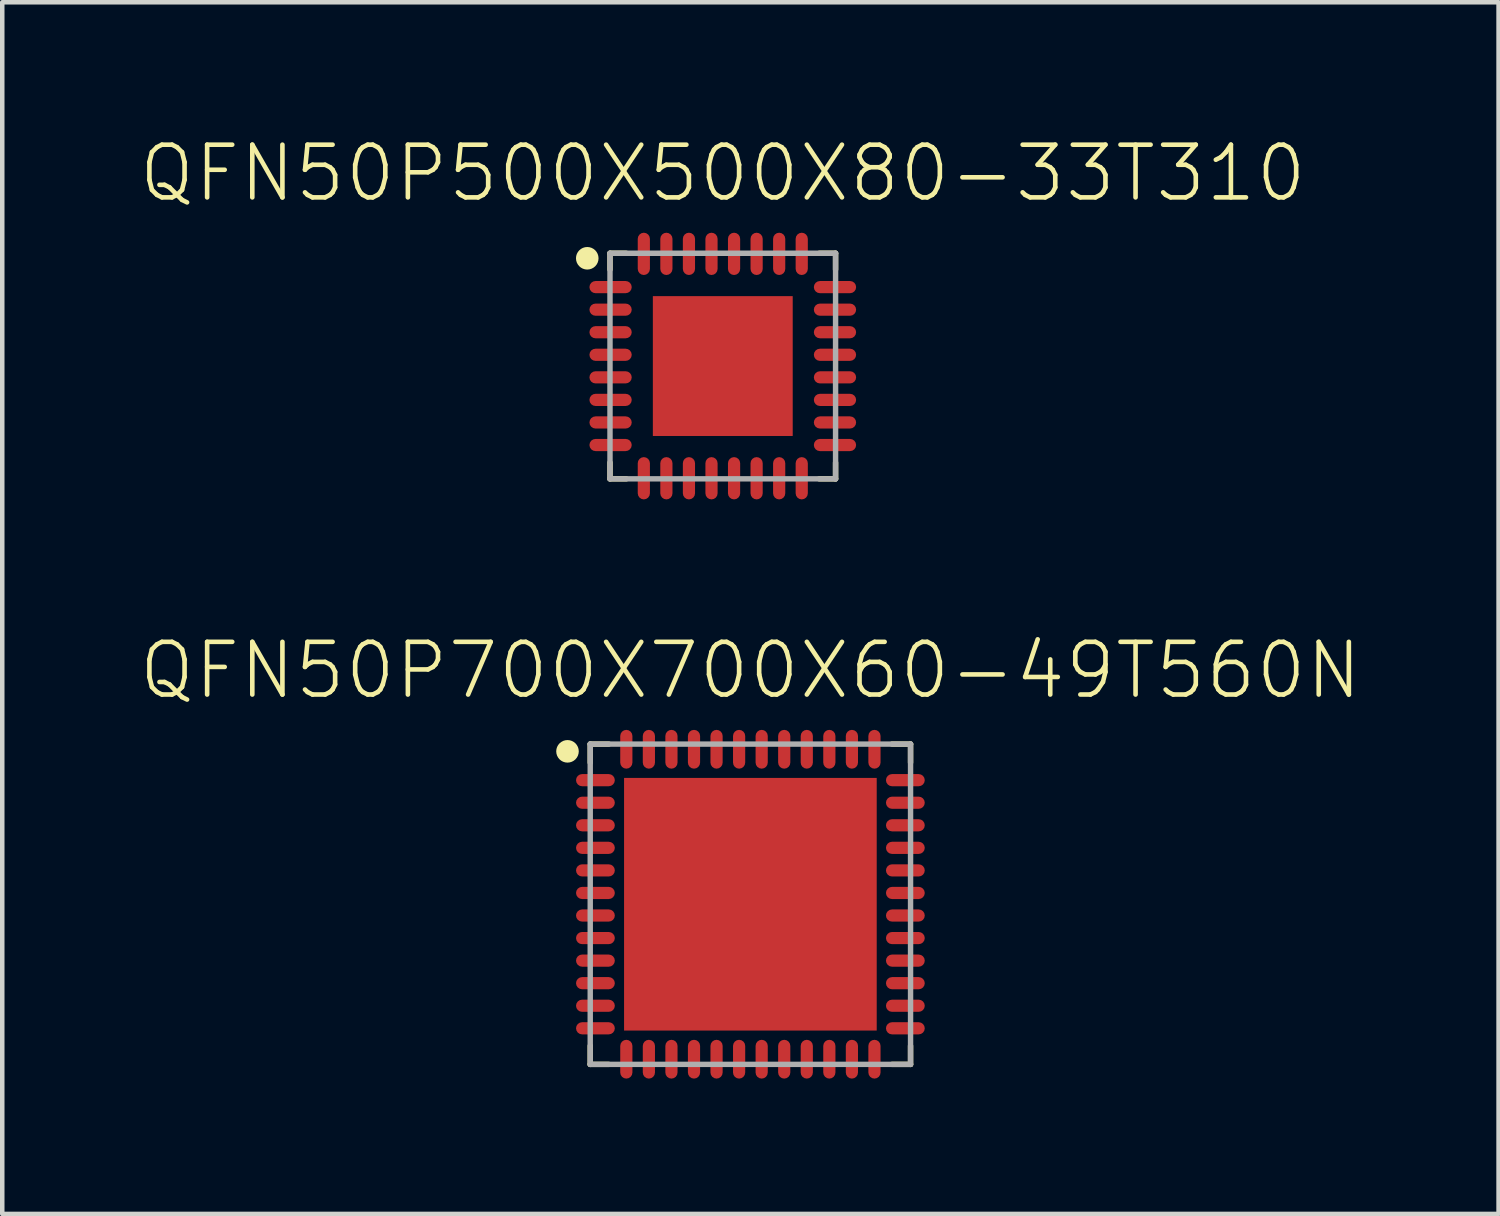
<source format=kicad_pcb>
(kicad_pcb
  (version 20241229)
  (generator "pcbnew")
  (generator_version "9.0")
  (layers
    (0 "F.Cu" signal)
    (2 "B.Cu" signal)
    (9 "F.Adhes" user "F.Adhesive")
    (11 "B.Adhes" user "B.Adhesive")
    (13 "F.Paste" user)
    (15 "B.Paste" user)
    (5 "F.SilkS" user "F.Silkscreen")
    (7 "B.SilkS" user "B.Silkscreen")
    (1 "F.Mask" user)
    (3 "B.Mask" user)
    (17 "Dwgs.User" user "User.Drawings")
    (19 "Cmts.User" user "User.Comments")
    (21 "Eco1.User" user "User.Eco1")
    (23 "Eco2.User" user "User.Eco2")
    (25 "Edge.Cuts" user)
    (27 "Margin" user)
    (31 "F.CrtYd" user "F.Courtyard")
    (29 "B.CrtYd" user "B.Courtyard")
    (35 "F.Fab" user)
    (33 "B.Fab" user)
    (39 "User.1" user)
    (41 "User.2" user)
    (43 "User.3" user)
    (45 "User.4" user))
  (footprint "QFN50P500X500X80-33T310"
    (layer "F.Cu")
    (at 12.971 5.064)
    (property "Reference" "QFN50P500X500X80-33T310" (at 0 -3.591 0) (layer "F.SilkS") (effects (font (size 1.168 1.168) (thickness 0.102)) (justify bottom)))
    (fp_line (start -2.5 -2.5) (end -2.139 -2.5) (stroke (width 0.12) (type solid)) (layer "F.SilkS"))
    (fp_line (start -2.5 -2.139) (end -2.5 -2.5) (stroke (width 0.12) (type solid)) (layer "F.SilkS"))
    (fp_line (start -2.5 2.139) (end -2.5 2.5) (stroke (width 0.12) (type solid)) (layer "F.SilkS"))
    (fp_line (start -2.5 2.5) (end -2.139 2.5) (stroke (width 0.12) (type solid)) (layer "F.SilkS"))
    (fp_line (start 2.5 -2.5) (end 2.139 -2.5) (stroke (width 0.12) (type solid)) (layer "F.SilkS"))
    (fp_line (start 2.5 -2.139) (end 2.5 -2.5) (stroke (width 0.12) (type solid)) (layer "F.SilkS"))
    (fp_line (start 2.5 2.139) (end 2.5 2.5) (stroke (width 0.12) (type solid)) (layer "F.SilkS"))
    (fp_line (start 2.5 2.5) (end 2.139 2.5) (stroke (width 0.12) (type solid)) (layer "F.SilkS"))
    (fp_circle (center -3.004 -2.389) (end -2.879 -2.389) (stroke (width 0.25) (type solid)) (fill no) (layer "F.SilkS"))
    (fp_line (start -2.5 -2.5) (end 2.5 -2.5) (stroke (width 0.12) (type solid)) (layer "F.Fab"))
    (fp_line (start -2.5 2.5) (end -2.5 -2.5) (stroke (width 0.12) (type solid)) (layer "F.Fab"))
    (fp_line (start 2.5 -2.5) (end 2.5 2.5) (stroke (width 0.12) (type solid)) (layer "F.Fab"))
    (fp_line (start 2.5 2.5) (end -2.5 2.5) (stroke (width 0.12) (type solid)) (layer "F.Fab"))
    (pad "1" smd roundrect (at -2.487 -1.75) (size 0.937 0.27) (layers "F.Cu" "F.Mask" "F.Paste") (roundrect_rratio 0.5))
    (pad "2" smd roundrect (at -2.487 -1.25) (size 0.937 0.27) (layers "F.Cu" "F.Mask" "F.Paste") (roundrect_rratio 0.5))
    (pad "3" smd roundrect (at -2.487 -0.75) (size 0.937 0.27) (layers "F.Cu" "F.Mask" "F.Paste") (roundrect_rratio 0.5))
    (pad "4" smd roundrect (at -2.487 -0.25) (size 0.937 0.27) (layers "F.Cu" "F.Mask" "F.Paste") (roundrect_rratio 0.5))
    (pad "5" smd roundrect (at -2.487 0.25) (size 0.937 0.27) (layers "F.Cu" "F.Mask" "F.Paste") (roundrect_rratio 0.5))
    (pad "6" smd roundrect (at -2.487 0.75) (size 0.937 0.27) (layers "F.Cu" "F.Mask" "F.Paste") (roundrect_rratio 0.5))
    (pad "7" smd roundrect (at -2.487 1.25) (size 0.937 0.27) (layers "F.Cu" "F.Mask" "F.Paste") (roundrect_rratio 0.5))
    (pad "8" smd roundrect (at -2.487 1.75) (size 0.937 0.27) (layers "F.Cu" "F.Mask" "F.Paste") (roundrect_rratio 0.5))
    (pad "9" smd roundrect (at -1.75 2.487 90) (size 0.937 0.27) (layers "F.Cu" "F.Mask" "F.Paste") (roundrect_rratio 0.5))
    (pad "10" smd roundrect (at -1.25 2.487 90) (size 0.937 0.27) (layers "F.Cu" "F.Mask" "F.Paste") (roundrect_rratio 0.5))
    (pad "11" smd roundrect (at -0.75 2.487 90) (size 0.937 0.27) (layers "F.Cu" "F.Mask" "F.Paste") (roundrect_rratio 0.5))
    (pad "12" smd roundrect (at -0.25 2.487 90) (size 0.937 0.27) (layers "F.Cu" "F.Mask" "F.Paste") (roundrect_rratio 0.5))
    (pad "13" smd roundrect (at 0.25 2.487 90) (size 0.937 0.27) (layers "F.Cu" "F.Mask" "F.Paste") (roundrect_rratio 0.5))
    (pad "14" smd roundrect (at 0.75 2.487 90) (size 0.937 0.27) (layers "F.Cu" "F.Mask" "F.Paste") (roundrect_rratio 0.5))
    (pad "15" smd roundrect (at 1.25 2.487 90) (size 0.937 0.27) (layers "F.Cu" "F.Mask" "F.Paste") (roundrect_rratio 0.5))
    (pad "16" smd roundrect (at 1.75 2.487 90) (size 0.937 0.27) (layers "F.Cu" "F.Mask" "F.Paste") (roundrect_rratio 0.5))
    (pad "17" smd roundrect (at 2.487 1.75) (size 0.937 0.27) (layers "F.Cu" "F.Mask" "F.Paste") (roundrect_rratio 0.5))
    (pad "18" smd roundrect (at 2.487 1.25) (size 0.937 0.27) (layers "F.Cu" "F.Mask" "F.Paste") (roundrect_rratio 0.5))
    (pad "19" smd roundrect (at 2.487 0.75) (size 0.937 0.27) (layers "F.Cu" "F.Mask" "F.Paste") (roundrect_rratio 0.5))
    (pad "20" smd roundrect (at 2.487 0.25) (size 0.937 0.27) (layers "F.Cu" "F.Mask" "F.Paste") (roundrect_rratio 0.5))
    (pad "21" smd roundrect (at 2.487 -0.25) (size 0.937 0.27) (layers "F.Cu" "F.Mask" "F.Paste") (roundrect_rratio 0.5))
    (pad "22" smd roundrect (at 2.487 -0.75) (size 0.937 0.27) (layers "F.Cu" "F.Mask" "F.Paste") (roundrect_rratio 0.5))
    (pad "23" smd roundrect (at 2.487 -1.25) (size 0.937 0.27) (layers "F.Cu" "F.Mask" "F.Paste") (roundrect_rratio 0.5))
    (pad "24" smd roundrect (at 2.487 -1.75) (size 0.937 0.27) (layers "F.Cu" "F.Mask" "F.Paste") (roundrect_rratio 0.5))
    (pad "25" smd roundrect (at 1.75 -2.487 90) (size 0.937 0.27) (layers "F.Cu" "F.Mask" "F.Paste") (roundrect_rratio 0.5))
    (pad "26" smd roundrect (at 1.25 -2.487 90) (size 0.937 0.27) (layers "F.Cu" "F.Mask" "F.Paste") (roundrect_rratio 0.5))
    (pad "27" smd roundrect (at 0.75 -2.487 90) (size 0.937 0.27) (layers "F.Cu" "F.Mask" "F.Paste") (roundrect_rratio 0.5))
    (pad "28" smd roundrect (at 0.25 -2.487 90) (size 0.937 0.27) (layers "F.Cu" "F.Mask" "F.Paste") (roundrect_rratio 0.5))
    (pad "29" smd roundrect (at -0.25 -2.487 90) (size 0.937 0.27) (layers "F.Cu" "F.Mask" "F.Paste") (roundrect_rratio 0.5))
    (pad "30" smd roundrect (at -0.75 -2.487 90) (size 0.937 0.27) (layers "F.Cu" "F.Mask" "F.Paste") (roundrect_rratio 0.5))
    (pad "31" smd roundrect (at -1.25 -2.487 90) (size 0.937 0.27) (layers "F.Cu" "F.Mask" "F.Paste") (roundrect_rratio 0.5))
    (pad "32" smd roundrect (at -1.75 -2.487 90) (size 0.937 0.27) (layers "F.Cu" "F.Mask" "F.Paste") (roundrect_rratio 0.5))
    (pad "33" smd rect (at 0 0) (size 3.1 3.1) (layers "F.Cu" "F.Mask" "F.Paste")))
  (footprint "QFN50P700X700X60-49T560N"
    (layer "F.Cu")
    (at 13.583 16.993)
    (property "Reference" "QFN50P700X700X60-49T560N" (at 0 -4.5 0) (layer "F.SilkS") (effects (font (size 1.168 1.168) (thickness 0.102)) (justify bottom)))
    (fp_line (start -3.55 -3.55) (end -3.139 -3.55) (stroke (width 0.12) (type solid)) (layer "F.SilkS"))
    (fp_line (start -3.55 -3.139) (end -3.55 -3.55) (stroke (width 0.12) (type solid)) (layer "F.SilkS"))
    (fp_line (start -3.55 3.139) (end -3.55 3.55) (stroke (width 0.12) (type solid)) (layer "F.SilkS"))
    (fp_line (start -3.55 3.55) (end -3.139 3.55) (stroke (width 0.12) (type solid)) (layer "F.SilkS"))
    (fp_line (start 3.55 -3.55) (end 3.139 -3.55) (stroke (width 0.12) (type solid)) (layer "F.SilkS"))
    (fp_line (start 3.55 -3.139) (end 3.55 -3.55) (stroke (width 0.12) (type solid)) (layer "F.SilkS"))
    (fp_line (start 3.55 3.139) (end 3.55 3.55) (stroke (width 0.12) (type solid)) (layer "F.SilkS"))
    (fp_line (start 3.55 3.55) (end 3.139 3.55) (stroke (width 0.12) (type solid)) (layer "F.SilkS"))
    (fp_circle (center -4.054 -3.389) (end -3.929 -3.389) (stroke (width 0.25) (type solid)) (fill no) (layer "F.SilkS"))
    (fp_line (start -3.55 -3.55) (end 3.55 -3.55) (stroke (width 0.12) (type solid)) (layer "F.Fab"))
    (fp_line (start -3.55 3.55) (end -3.55 -3.55) (stroke (width 0.12) (type solid)) (layer "F.Fab"))
    (fp_line (start 3.55 -3.55) (end 3.55 3.55) (stroke (width 0.12) (type solid)) (layer "F.Fab"))
    (fp_line (start 3.55 3.55) (end -3.55 3.55) (stroke (width 0.12) (type solid)) (layer "F.Fab"))
    (pad "1" smd roundrect (at -3.435 -2.75) (size 0.86 0.27) (layers "F.Cu" "F.Mask" "F.Paste") (roundrect_rratio 0.5))
    (pad "2" smd roundrect (at -3.435 -2.25) (size 0.86 0.27) (layers "F.Cu" "F.Mask" "F.Paste") (roundrect_rratio 0.5))
    (pad "3" smd roundrect (at -3.435 -1.75) (size 0.86 0.27) (layers "F.Cu" "F.Mask" "F.Paste") (roundrect_rratio 0.5))
    (pad "4" smd roundrect (at -3.435 -1.25) (size 0.86 0.27) (layers "F.Cu" "F.Mask" "F.Paste") (roundrect_rratio 0.5))
    (pad "5" smd roundrect (at -3.435 -0.75) (size 0.86 0.27) (layers "F.Cu" "F.Mask" "F.Paste") (roundrect_rratio 0.5))
    (pad "6" smd roundrect (at -3.435 -0.25) (size 0.86 0.27) (layers "F.Cu" "F.Mask" "F.Paste") (roundrect_rratio 0.5))
    (pad "7" smd roundrect (at -3.435 0.25) (size 0.86 0.27) (layers "F.Cu" "F.Mask" "F.Paste") (roundrect_rratio 0.5))
    (pad "8" smd roundrect (at -3.435 0.75) (size 0.86 0.27) (layers "F.Cu" "F.Mask" "F.Paste") (roundrect_rratio 0.5))
    (pad "9" smd roundrect (at -3.435 1.25) (size 0.86 0.27) (layers "F.Cu" "F.Mask" "F.Paste") (roundrect_rratio 0.5))
    (pad "10" smd roundrect (at -3.435 1.75) (size 0.86 0.27) (layers "F.Cu" "F.Mask" "F.Paste") (roundrect_rratio 0.5))
    (pad "11" smd roundrect (at -3.435 2.25) (size 0.86 0.27) (layers "F.Cu" "F.Mask" "F.Paste") (roundrect_rratio 0.5))
    (pad "12" smd roundrect (at -3.435 2.75) (size 0.86 0.27) (layers "F.Cu" "F.Mask" "F.Paste") (roundrect_rratio 0.5))
    (pad "13" smd roundrect (at -2.75 3.435 90) (size 0.86 0.27) (layers "F.Cu" "F.Mask" "F.Paste") (roundrect_rratio 0.5))
    (pad "14" smd roundrect (at -2.25 3.435 90) (size 0.86 0.27) (layers "F.Cu" "F.Mask" "F.Paste") (roundrect_rratio 0.5))
    (pad "15" smd roundrect (at -1.75 3.435 90) (size 0.86 0.27) (layers "F.Cu" "F.Mask" "F.Paste") (roundrect_rratio 0.5))
    (pad "16" smd roundrect (at -1.25 3.435 90) (size 0.86 0.27) (layers "F.Cu" "F.Mask" "F.Paste") (roundrect_rratio 0.5))
    (pad "17" smd roundrect (at -0.75 3.435 90) (size 0.86 0.27) (layers "F.Cu" "F.Mask" "F.Paste") (roundrect_rratio 0.5))
    (pad "18" smd roundrect (at -0.25 3.435 90) (size 0.86 0.27) (layers "F.Cu" "F.Mask" "F.Paste") (roundrect_rratio 0.5))
    (pad "19" smd roundrect (at 0.25 3.435 90) (size 0.86 0.27) (layers "F.Cu" "F.Mask" "F.Paste") (roundrect_rratio 0.5))
    (pad "20" smd roundrect (at 0.75 3.435 90) (size 0.86 0.27) (layers "F.Cu" "F.Mask" "F.Paste") (roundrect_rratio 0.5))
    (pad "21" smd roundrect (at 1.25 3.435 90) (size 0.86 0.27) (layers "F.Cu" "F.Mask" "F.Paste") (roundrect_rratio 0.5))
    (pad "22" smd roundrect (at 1.75 3.435 90) (size 0.86 0.27) (layers "F.Cu" "F.Mask" "F.Paste") (roundrect_rratio 0.5))
    (pad "23" smd roundrect (at 2.25 3.435 90) (size 0.86 0.27) (layers "F.Cu" "F.Mask" "F.Paste") (roundrect_rratio 0.5))
    (pad "24" smd roundrect (at 2.75 3.435 90) (size 0.86 0.27) (layers "F.Cu" "F.Mask" "F.Paste") (roundrect_rratio 0.5))
    (pad "25" smd roundrect (at 3.435 2.75) (size 0.86 0.27) (layers "F.Cu" "F.Mask" "F.Paste") (roundrect_rratio 0.5))
    (pad "26" smd roundrect (at 3.435 2.25) (size 0.86 0.27) (layers "F.Cu" "F.Mask" "F.Paste") (roundrect_rratio 0.5))
    (pad "27" smd roundrect (at 3.435 1.75) (size 0.86 0.27) (layers "F.Cu" "F.Mask" "F.Paste") (roundrect_rratio 0.5))
    (pad "28" smd roundrect (at 3.435 1.25) (size 0.86 0.27) (layers "F.Cu" "F.Mask" "F.Paste") (roundrect_rratio 0.5))
    (pad "29" smd roundrect (at 3.435 0.75) (size 0.86 0.27) (layers "F.Cu" "F.Mask" "F.Paste") (roundrect_rratio 0.5))
    (pad "30" smd roundrect (at 3.435 0.25) (size 0.86 0.27) (layers "F.Cu" "F.Mask" "F.Paste") (roundrect_rratio 0.5))
    (pad "31" smd roundrect (at 3.435 -0.25) (size 0.86 0.27) (layers "F.Cu" "F.Mask" "F.Paste") (roundrect_rratio 0.5))
    (pad "32" smd roundrect (at 3.435 -0.75) (size 0.86 0.27) (layers "F.Cu" "F.Mask" "F.Paste") (roundrect_rratio 0.5))
    (pad "33" smd roundrect (at 3.435 -1.25) (size 0.86 0.27) (layers "F.Cu" "F.Mask" "F.Paste") (roundrect_rratio 0.5))
    (pad "34" smd roundrect (at 3.435 -1.75) (size 0.86 0.27) (layers "F.Cu" "F.Mask" "F.Paste") (roundrect_rratio 0.5))
    (pad "35" smd roundrect (at 3.435 -2.25) (size 0.86 0.27) (layers "F.Cu" "F.Mask" "F.Paste") (roundrect_rratio 0.5))
    (pad "36" smd roundrect (at 3.435 -2.75) (size 0.86 0.27) (layers "F.Cu" "F.Mask" "F.Paste") (roundrect_rratio 0.5))
    (pad "37" smd roundrect (at 2.75 -3.435 90) (size 0.86 0.27) (layers "F.Cu" "F.Mask" "F.Paste") (roundrect_rratio 0.5))
    (pad "38" smd roundrect (at 2.25 -3.435 90) (size 0.86 0.27) (layers "F.Cu" "F.Mask" "F.Paste") (roundrect_rratio 0.5))
    (pad "39" smd roundrect (at 1.75 -3.435 90) (size 0.86 0.27) (layers "F.Cu" "F.Mask" "F.Paste") (roundrect_rratio 0.5))
    (pad "40" smd roundrect (at 1.25 -3.435 90) (size 0.86 0.27) (layers "F.Cu" "F.Mask" "F.Paste") (roundrect_rratio 0.5))
    (pad "41" smd roundrect (at 0.75 -3.435 90) (size 0.86 0.27) (layers "F.Cu" "F.Mask" "F.Paste") (roundrect_rratio 0.5))
    (pad "42" smd roundrect (at 0.25 -3.435 90) (size 0.86 0.27) (layers "F.Cu" "F.Mask" "F.Paste") (roundrect_rratio 0.5))
    (pad "43" smd roundrect (at -0.25 -3.435 90) (size 0.86 0.27) (layers "F.Cu" "F.Mask" "F.Paste") (roundrect_rratio 0.5))
    (pad "44" smd roundrect (at -0.75 -3.435 90) (size 0.86 0.27) (layers "F.Cu" "F.Mask" "F.Paste") (roundrect_rratio 0.5))
    (pad "45" smd roundrect (at -1.25 -3.435 90) (size 0.86 0.27) (layers "F.Cu" "F.Mask" "F.Paste") (roundrect_rratio 0.5))
    (pad "46" smd roundrect (at -1.75 -3.435 90) (size 0.86 0.27) (layers "F.Cu" "F.Mask" "F.Paste") (roundrect_rratio 0.5))
    (pad "47" smd roundrect (at -2.25 -3.435 90) (size 0.86 0.27) (layers "F.Cu" "F.Mask" "F.Paste") (roundrect_rratio 0.5))
    (pad "48" smd roundrect (at -2.75 -3.435 90) (size 0.86 0.27) (layers "F.Cu" "F.Mask" "F.Paste") (roundrect_rratio 0.5))
    (pad "49" smd rect (at 0 0) (size 5.6 5.6) (layers "F.Cu" "F.Mask" "F.Paste")))
  (gr_rect
    (start -3 -3)
    (end 30.167 23.857)
    (stroke (width 0.1) (type default))
    (fill no)
    (layer "Edge.Cuts")))
</source>
